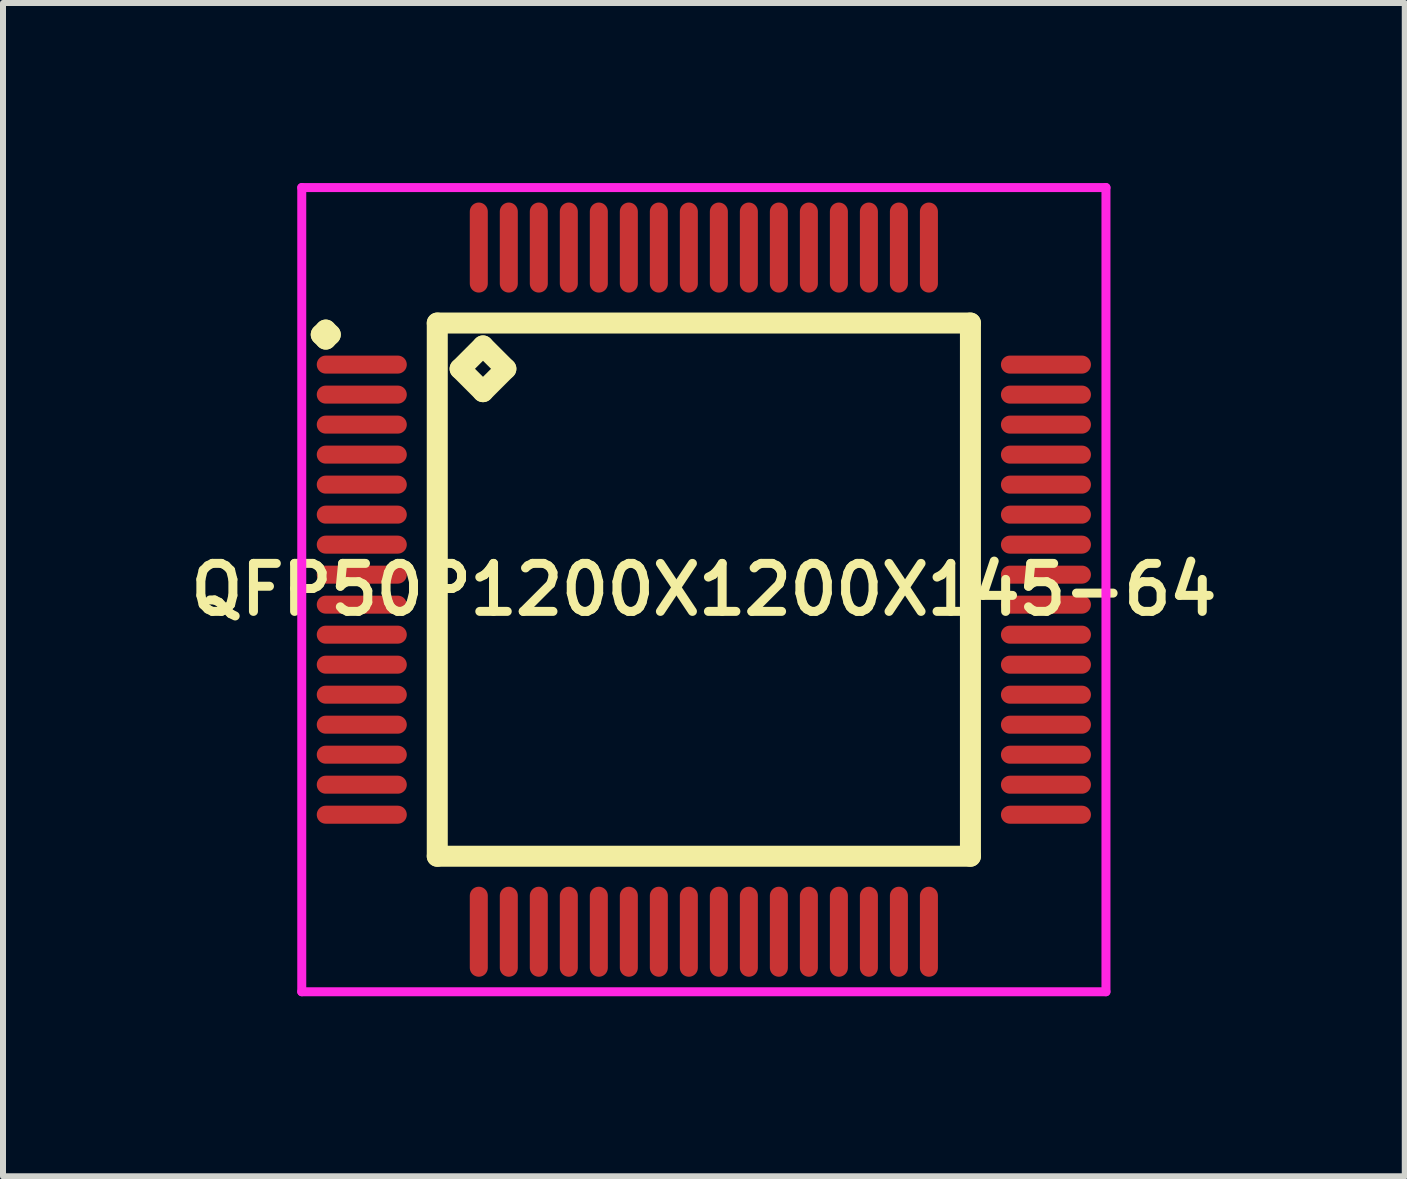
<source format=kicad_pcb>
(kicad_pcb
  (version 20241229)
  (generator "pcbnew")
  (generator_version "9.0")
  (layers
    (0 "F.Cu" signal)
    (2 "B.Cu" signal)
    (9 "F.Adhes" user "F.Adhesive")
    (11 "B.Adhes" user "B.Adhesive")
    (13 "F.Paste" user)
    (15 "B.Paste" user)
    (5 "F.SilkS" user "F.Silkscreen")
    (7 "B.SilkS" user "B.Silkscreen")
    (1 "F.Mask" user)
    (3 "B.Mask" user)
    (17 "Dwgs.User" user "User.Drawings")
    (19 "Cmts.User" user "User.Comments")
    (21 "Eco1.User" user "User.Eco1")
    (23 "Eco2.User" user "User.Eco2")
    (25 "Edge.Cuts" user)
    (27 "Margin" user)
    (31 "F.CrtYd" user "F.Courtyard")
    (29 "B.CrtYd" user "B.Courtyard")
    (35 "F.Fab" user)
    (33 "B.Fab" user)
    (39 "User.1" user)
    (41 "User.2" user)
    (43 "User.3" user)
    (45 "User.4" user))
  (footprint "QFP50P1200X1200X145-64"
    (layer "F.Cu")
    (at 8.678 6.775)
    (property "Reference" "QFP50P1200X1200X145-64" (at 0 0 0) (layer "F.SilkS") (effects (font (size 0.8 0.8) (thickness 0.15))))
    (attr smd)
    (fp_line (start -6.375 -4.25) (end -6.3 -4.325) (stroke (width 0.35) (type solid)) (layer "F.SilkS"))
    (fp_line (start -6.3 -4.325) (end -6.225 -4.25) (stroke (width 0.35) (type solid)) (layer "F.SilkS"))
    (fp_line (start -6.3 -4.175) (end -6.375 -4.25) (stroke (width 0.35) (type solid)) (layer "F.SilkS"))
    (fp_line (start -6.225 -4.25) (end -6.3 -4.175) (stroke (width 0.35) (type solid)) (layer "F.SilkS"))
    (fp_line (start -4.442 -4.442) (end -4.442 4.442) (stroke (width 0.35) (type solid)) (layer "F.SilkS"))
    (fp_line (start -4.442 4.442) (end 4.442 4.442) (stroke (width 0.35) (type solid)) (layer "F.SilkS"))
    (fp_line (start -4.061 -3.68) (end -3.68 -4.061) (stroke (width 0.35) (type solid)) (layer "F.SilkS"))
    (fp_line (start -3.68 -4.061) (end -3.299 -3.68) (stroke (width 0.35) (type solid)) (layer "F.SilkS"))
    (fp_line (start -3.68 -3.299) (end -4.061 -3.68) (stroke (width 0.35) (type solid)) (layer "F.SilkS"))
    (fp_line (start -3.299 -3.68) (end -3.68 -3.299) (stroke (width 0.35) (type solid)) (layer "F.SilkS"))
    (fp_line (start 4.442 -4.442) (end -4.442 -4.442) (stroke (width 0.35) (type solid)) (layer "F.SilkS"))
    (fp_line (start 4.442 4.442) (end 4.442 -4.442) (stroke (width 0.35) (type solid)) (layer "F.SilkS"))
    (fp_line (start -6.7 -6.7) (end 6.7 -6.7) (stroke (width 0.15) (type solid)) (layer "F.CrtYd"))
    (fp_line (start -6.7 6.7) (end -6.7 -6.7) (stroke (width 0.15) (type solid)) (layer "F.CrtYd"))
    (fp_line (start 6.7 -6.7) (end 6.7 6.7) (stroke (width 0.15) (type solid)) (layer "F.CrtYd"))
    (fp_line (start 6.7 6.7) (end -6.7 6.7) (stroke (width 0.15) (type solid)) (layer "F.CrtYd"))
    (pad "1" smd oval (at -5.7 -3.75) (size 1.5 0.3) (layers "F.Cu" "F.Mask" "F.Paste"))
    (pad "2" smd oval (at -5.7 -3.25) (size 1.5 0.3) (layers "F.Cu" "F.Mask" "F.Paste"))
    (pad "3" smd oval (at -5.7 -2.75) (size 1.5 0.3) (layers "F.Cu" "F.Mask" "F.Paste"))
    (pad "4" smd oval (at -5.7 -2.25) (size 1.5 0.3) (layers "F.Cu" "F.Mask" "F.Paste"))
    (pad "5" smd oval (at -5.7 -1.75) (size 1.5 0.3) (layers "F.Cu" "F.Mask" "F.Paste"))
    (pad "6" smd oval (at -5.7 -1.25) (size 1.5 0.3) (layers "F.Cu" "F.Mask" "F.Paste"))
    (pad "7" smd oval (at -5.7 -0.75) (size 1.5 0.3) (layers "F.Cu" "F.Mask" "F.Paste"))
    (pad "8" smd oval (at -5.7 -0.25) (size 1.5 0.3) (layers "F.Cu" "F.Mask" "F.Paste"))
    (pad "9" smd oval (at -5.7 0.25) (size 1.5 0.3) (layers "F.Cu" "F.Mask" "F.Paste"))
    (pad "10" smd oval (at -5.7 0.75) (size 1.5 0.3) (layers "F.Cu" "F.Mask" "F.Paste"))
    (pad "11" smd oval (at -5.7 1.25) (size 1.5 0.3) (layers "F.Cu" "F.Mask" "F.Paste"))
    (pad "12" smd oval (at -5.7 1.75) (size 1.5 0.3) (layers "F.Cu" "F.Mask" "F.Paste"))
    (pad "13" smd oval (at -5.7 2.25) (size 1.5 0.3) (layers "F.Cu" "F.Mask" "F.Paste"))
    (pad "14" smd oval (at -5.7 2.75) (size 1.5 0.3) (layers "F.Cu" "F.Mask" "F.Paste"))
    (pad "15" smd oval (at -5.7 3.25) (size 1.5 0.3) (layers "F.Cu" "F.Mask" "F.Paste"))
    (pad "16" smd oval (at -5.7 3.75) (size 1.5 0.3) (layers "F.Cu" "F.Mask" "F.Paste"))
    (pad "17" smd oval (at -3.75 5.7) (size 0.3 1.5) (layers "F.Cu" "F.Mask" "F.Paste"))
    (pad "18" smd oval (at -3.25 5.7) (size 0.3 1.5) (layers "F.Cu" "F.Mask" "F.Paste"))
    (pad "19" smd oval (at -2.75 5.7) (size 0.3 1.5) (layers "F.Cu" "F.Mask" "F.Paste"))
    (pad "20" smd oval (at -2.25 5.7) (size 0.3 1.5) (layers "F.Cu" "F.Mask" "F.Paste"))
    (pad "21" smd oval (at -1.75 5.7) (size 0.3 1.5) (layers "F.Cu" "F.Mask" "F.Paste"))
    (pad "22" smd oval (at -1.25 5.7) (size 0.3 1.5) (layers "F.Cu" "F.Mask" "F.Paste"))
    (pad "23" smd oval (at -0.75 5.7) (size 0.3 1.5) (layers "F.Cu" "F.Mask" "F.Paste"))
    (pad "24" smd oval (at -0.25 5.7) (size 0.3 1.5) (layers "F.Cu" "F.Mask" "F.Paste"))
    (pad "25" smd oval (at 0.25 5.7) (size 0.3 1.5) (layers "F.Cu" "F.Mask" "F.Paste"))
    (pad "26" smd oval (at 0.75 5.7) (size 0.3 1.5) (layers "F.Cu" "F.Mask" "F.Paste"))
    (pad "27" smd oval (at 1.25 5.7) (size 0.3 1.5) (layers "F.Cu" "F.Mask" "F.Paste"))
    (pad "28" smd oval (at 1.75 5.7) (size 0.3 1.5) (layers "F.Cu" "F.Mask" "F.Paste"))
    (pad "29" smd oval (at 2.25 5.7) (size 0.3 1.5) (layers "F.Cu" "F.Mask" "F.Paste"))
    (pad "30" smd oval (at 2.75 5.7) (size 0.3 1.5) (layers "F.Cu" "F.Mask" "F.Paste"))
    (pad "31" smd oval (at 3.25 5.7) (size 0.3 1.5) (layers "F.Cu" "F.Mask" "F.Paste"))
    (pad "32" smd oval (at 3.75 5.7) (size 0.3 1.5) (layers "F.Cu" "F.Mask" "F.Paste"))
    (pad "33" smd oval (at 5.7 3.75) (size 1.5 0.3) (layers "F.Cu" "F.Mask" "F.Paste"))
    (pad "34" smd oval (at 5.7 3.25) (size 1.5 0.3) (layers "F.Cu" "F.Mask" "F.Paste"))
    (pad "35" smd oval (at 5.7 2.75) (size 1.5 0.3) (layers "F.Cu" "F.Mask" "F.Paste"))
    (pad "36" smd oval (at 5.7 2.25) (size 1.5 0.3) (layers "F.Cu" "F.Mask" "F.Paste"))
    (pad "37" smd oval (at 5.7 1.75) (size 1.5 0.3) (layers "F.Cu" "F.Mask" "F.Paste"))
    (pad "38" smd oval (at 5.7 1.25) (size 1.5 0.3) (layers "F.Cu" "F.Mask" "F.Paste"))
    (pad "39" smd oval (at 5.7 0.75) (size 1.5 0.3) (layers "F.Cu" "F.Mask" "F.Paste"))
    (pad "40" smd oval (at 5.7 0.25) (size 1.5 0.3) (layers "F.Cu" "F.Mask" "F.Paste"))
    (pad "41" smd oval (at 5.7 -0.25) (size 1.5 0.3) (layers "F.Cu" "F.Mask" "F.Paste"))
    (pad "42" smd oval (at 5.7 -0.75) (size 1.5 0.3) (layers "F.Cu" "F.Mask" "F.Paste"))
    (pad "43" smd oval (at 5.7 -1.25) (size 1.5 0.3) (layers "F.Cu" "F.Mask" "F.Paste"))
    (pad "44" smd oval (at 5.7 -1.75) (size 1.5 0.3) (layers "F.Cu" "F.Mask" "F.Paste"))
    (pad "45" smd oval (at 5.7 -2.25) (size 1.5 0.3) (layers "F.Cu" "F.Mask" "F.Paste"))
    (pad "46" smd oval (at 5.7 -2.75) (size 1.5 0.3) (layers "F.Cu" "F.Mask" "F.Paste"))
    (pad "47" smd oval (at 5.7 -3.25) (size 1.5 0.3) (layers "F.Cu" "F.Mask" "F.Paste"))
    (pad "48" smd oval (at 5.7 -3.75) (size 1.5 0.3) (layers "F.Cu" "F.Mask" "F.Paste"))
    (pad "49" smd oval (at 3.75 -5.7) (size 0.3 1.5) (layers "F.Cu" "F.Mask" "F.Paste"))
    (pad "50" smd oval (at 3.25 -5.7) (size 0.3 1.5) (layers "F.Cu" "F.Mask" "F.Paste"))
    (pad "51" smd oval (at 2.75 -5.7) (size 0.3 1.5) (layers "F.Cu" "F.Mask" "F.Paste"))
    (pad "52" smd oval (at 2.25 -5.7) (size 0.3 1.5) (layers "F.Cu" "F.Mask" "F.Paste"))
    (pad "53" smd oval (at 1.75 -5.7) (size 0.3 1.5) (layers "F.Cu" "F.Mask" "F.Paste"))
    (pad "54" smd oval (at 1.25 -5.7) (size 0.3 1.5) (layers "F.Cu" "F.Mask" "F.Paste"))
    (pad "55" smd oval (at 0.75 -5.7) (size 0.3 1.5) (layers "F.Cu" "F.Mask" "F.Paste"))
    (pad "56" smd oval (at 0.25 -5.7) (size 0.3 1.5) (layers "F.Cu" "F.Mask" "F.Paste"))
    (pad "57" smd oval (at -0.25 -5.7) (size 0.3 1.5) (layers "F.Cu" "F.Mask" "F.Paste"))
    (pad "58" smd oval (at -0.75 -5.7) (size 0.3 1.5) (layers "F.Cu" "F.Mask" "F.Paste"))
    (pad "59" smd oval (at -1.25 -5.7) (size 0.3 1.5) (layers "F.Cu" "F.Mask" "F.Paste"))
    (pad "60" smd oval (at -1.75 -5.7) (size 0.3 1.5) (layers "F.Cu" "F.Mask" "F.Paste"))
    (pad "61" smd oval (at -2.25 -5.7) (size 0.3 1.5) (layers "F.Cu" "F.Mask" "F.Paste"))
    (pad "62" smd oval (at -2.75 -5.7) (size 0.3 1.5) (layers "F.Cu" "F.Mask" "F.Paste"))
    (pad "63" smd oval (at -3.25 -5.7) (size 0.3 1.5) (layers "F.Cu" "F.Mask" "F.Paste"))
    (pad "64" smd oval (at -3.75 -5.7) (size 0.3 1.5) (layers "F.Cu" "F.Mask" "F.Paste")))
  (gr_rect
    (start -3 -3)
    (end 20.357 16.55)
    (stroke (width 0.1) (type default))
    (fill no)
    (layer "Edge.Cuts")))
</source>
